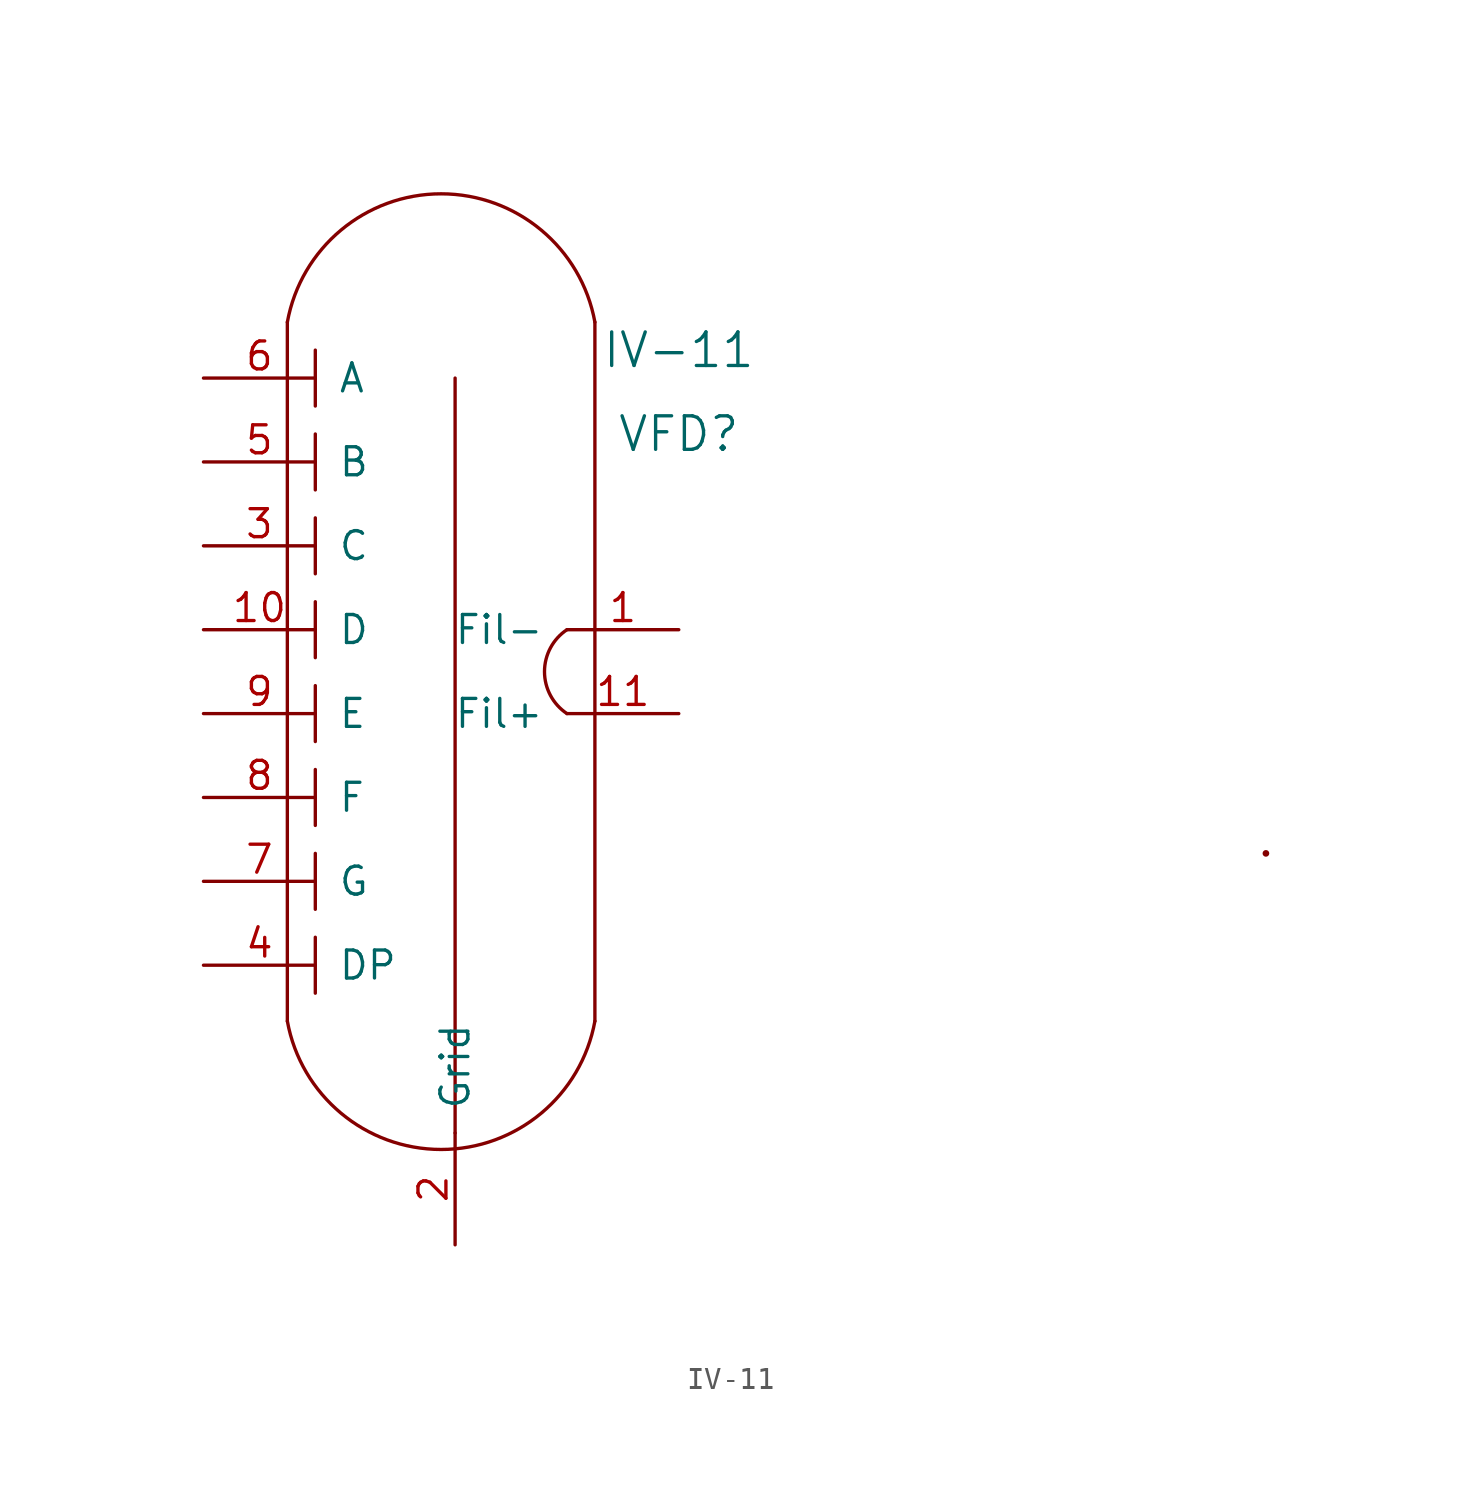
<source format=kicad_sym>
(kicad_symbol_lib
  (version 20211014)
  (generator kicad_symbol_editor)
  (symbol "IV-11"
    (pin_names
      (offset 1.016))
    (property "Reference" "VFD"
      (at 10.16 13.97 0)
      (effects (font (size 1.524 1.524))))
    (property "Value" "IV-11"
      (at 10.16 17.78 0)
      (effects (font (size 1.524 1.524))))
    (symbol "IV-11_0_1"
      (arc (start -7.62 -12.7) (mid -0.635 -18.5295) (end 6.35 -12.7) (stroke (width 0) (type default) (color 0 0 0 0)) (fill (type none)))
      (polyline (pts (xy -7.62 19.05) (xy -7.62 -12.7)) (stroke (width 0) (type default) (color 0 0 0 0)) (fill (type none)))
      (polyline (pts (xy -6.35 -8.89) (xy -6.35 -11.43)) (stroke (width 0) (type default) (color 0 0 0 0)) (fill (type none)))
      (polyline (pts (xy -6.35 -5.08) (xy -6.35 -7.62)) (stroke (width 0) (type default) (color 0 0 0 0)) (fill (type none)))
      (polyline (pts (xy -6.35 -1.27) (xy -6.35 -3.81)) (stroke (width 0) (type default) (color 0 0 0 0)) (fill (type none)))
      (polyline (pts (xy -6.35 2.54) (xy -6.35 0)) (stroke (width 0) (type default) (color 0 0 0 0)) (fill (type none)))
      (polyline (pts (xy -6.35 6.35) (xy -6.35 3.81)) (stroke (width 0) (type default) (color 0 0 0 0)) (fill (type none)))
      (polyline (pts (xy -6.35 10.16) (xy -6.35 7.62)) (stroke (width 0) (type default) (color 0 0 0 0)) (fill (type none)))
      (polyline (pts (xy -6.35 13.97) (xy -6.35 11.43)) (stroke (width 0) (type default) (color 0 0 0 0)) (fill (type none)))
      (polyline (pts (xy -6.35 17.78) (xy -6.35 15.24)) (stroke (width 0) (type default) (color 0 0 0 0)) (fill (type none)))
      (polyline (pts (xy 0 -17.78) (xy 0 16.51)) (stroke (width 0) (type default) (color 0 0 0 0)) (fill (type none)))
      (polyline (pts (xy 6.35 -12.7) (xy 6.35 19.05)) (stroke (width 0) (type default) (color 0 0 0 0)) (fill (type none)))
      (arc (start 5.08 5.08) (mid 4.0605 3.175) (end 5.08 1.27) (stroke (width 0) (type default) (color 0 0 0 0)) (fill (type none)))
      (arc (start 6.35 19.05) (mid -0.635 24.8795) (end -7.62 19.05) (stroke (width 0) (type default) (color 0 0 0 0)) (fill (type none)))
      (circle (center 36.83 -5.08) (radius 0.0001) (stroke (width 0) (type default) (color 0 0 0 0)) (fill (type none))))
    (symbol "IV-11_1_1"
      (pin input line (at 10.16 5.08 180) (length 5.08) (name "Fil-" (effects (font (size 1.27 1.27)))) (number "1" (effects (font (size 1.27 1.27)))))
      (pin output line (at -11.43 5.08 0) (length 5.08) (name "D" (effects (font (size 1.27 1.27)))) (number "10" (effects (font (size 1.27 1.27)))))
      (pin input line (at 10.16 1.27 180) (length 5.08) (name "Fil+" (effects (font (size 1.27 1.27)))) (number "11" (effects (font (size 1.27 1.27)))))
      (pin input line (at 0 -22.86 90) (length 5.08) (name "Grid" (effects (font (size 1.27 1.27)))) (number "2" (effects (font (size 1.27 1.27)))))
      (pin output line (at -11.43 8.89 0) (length 5.08) (name "C" (effects (font (size 1.27 1.27)))) (number "3" (effects (font (size 1.27 1.27)))))
      (pin output line (at -11.43 -10.16 0) (length 5.08) (name "DP" (effects (font (size 1.27 1.27)))) (number "4" (effects (font (size 1.27 1.27)))))
      (pin output line (at -11.43 12.7 0) (length 5.08) (name "B" (effects (font (size 1.27 1.27)))) (number "5" (effects (font (size 1.27 1.27)))))
      (pin output line (at -11.43 16.51 0) (length 5.08) (name "A" (effects (font (size 1.27 1.27)))) (number "6" (effects (font (size 1.27 1.27)))))
      (pin output line (at -11.43 -6.35 0) (length 5.08) (name "G" (effects (font (size 1.27 1.27)))) (number "7" (effects (font (size 1.27 1.27)))))
      (pin output line (at -11.43 -2.54 0) (length 5.08) (name "F" (effects (font (size 1.27 1.27)))) (number "8" (effects (font (size 1.27 1.27)))))
      (pin output line (at -11.43 1.27 0) (length 5.08) (name "E" (effects (font (size 1.27 1.27)))) (number "9" (effects (font (size 1.27 1.27))))))))
</source>
